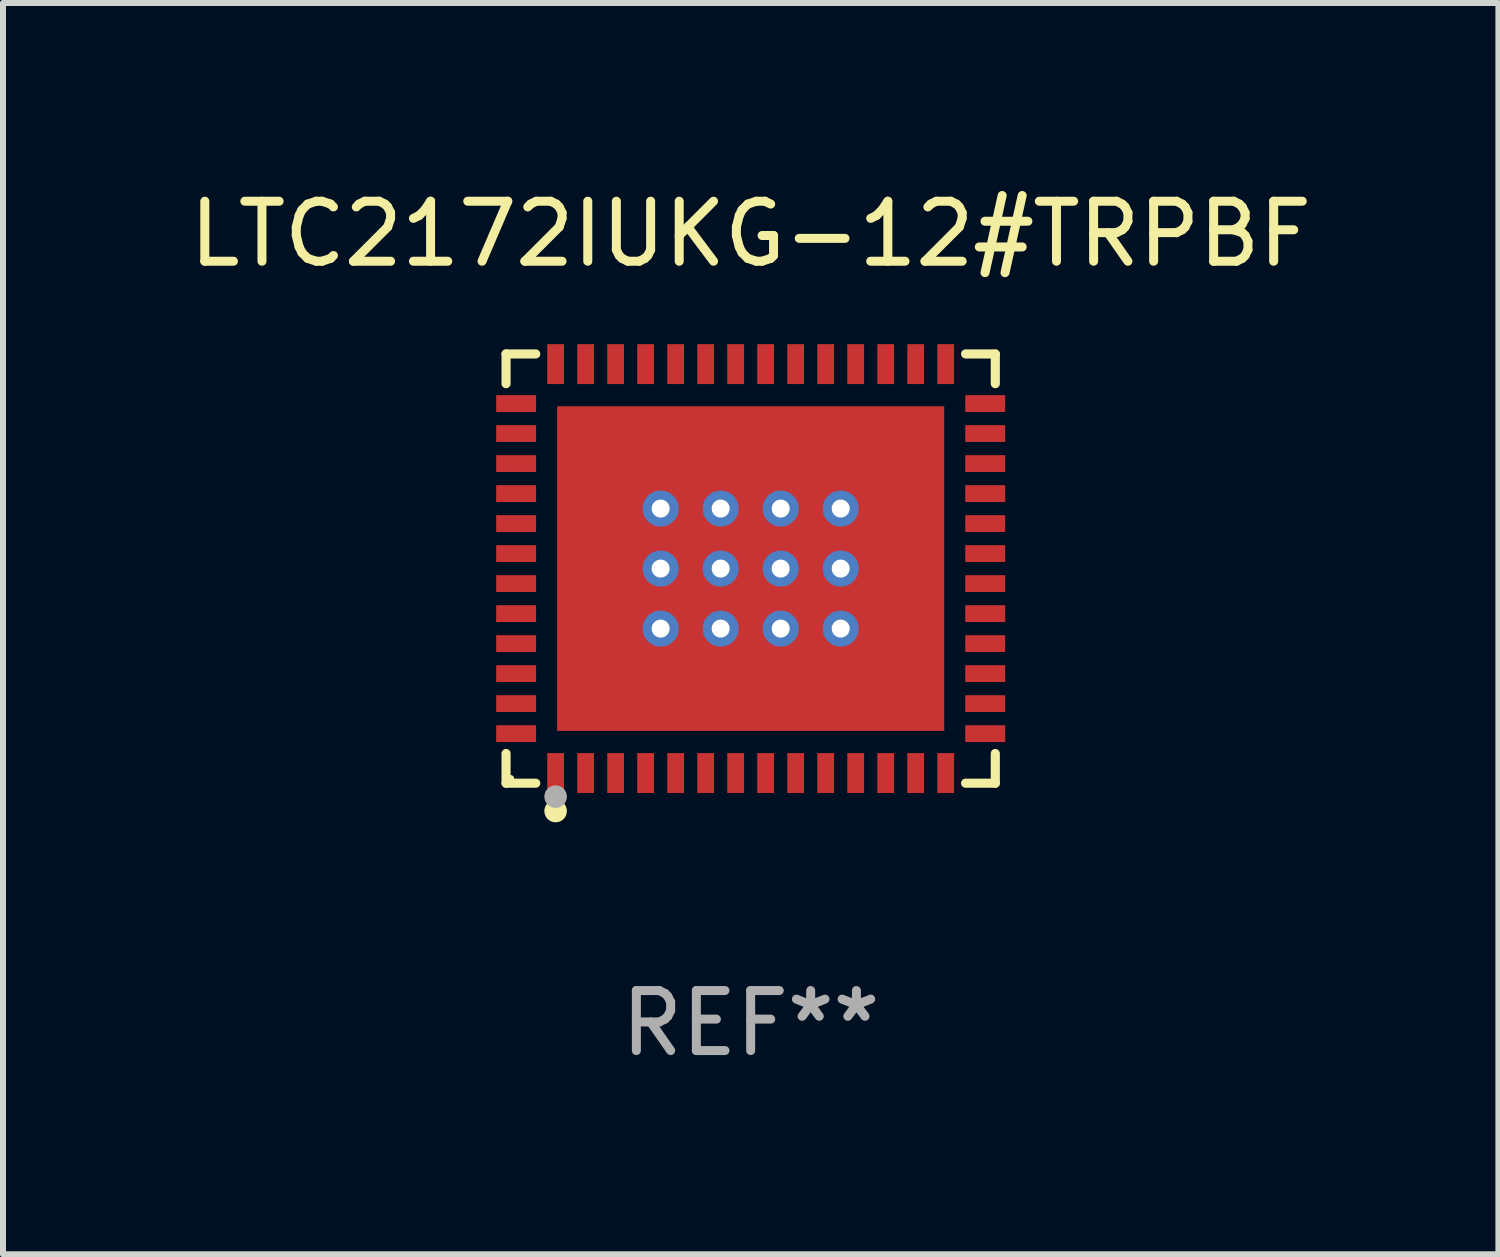
<source format=kicad_pcb>
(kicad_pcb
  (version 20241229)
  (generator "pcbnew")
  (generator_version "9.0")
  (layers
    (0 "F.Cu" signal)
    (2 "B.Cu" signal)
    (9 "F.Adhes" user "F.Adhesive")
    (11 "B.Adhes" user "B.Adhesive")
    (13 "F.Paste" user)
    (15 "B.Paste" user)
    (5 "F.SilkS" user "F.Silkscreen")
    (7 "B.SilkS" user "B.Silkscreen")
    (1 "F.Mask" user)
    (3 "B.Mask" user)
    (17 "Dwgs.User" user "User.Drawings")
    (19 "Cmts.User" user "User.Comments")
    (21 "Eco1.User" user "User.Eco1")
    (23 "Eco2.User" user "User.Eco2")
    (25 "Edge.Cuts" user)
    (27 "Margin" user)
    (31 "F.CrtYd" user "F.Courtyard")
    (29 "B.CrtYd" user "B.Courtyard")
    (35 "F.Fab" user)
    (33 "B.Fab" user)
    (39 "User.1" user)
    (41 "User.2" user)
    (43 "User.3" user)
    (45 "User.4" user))
  (footprint "LTC2172IUKG-12#TRPBF"
    (layer "F.Cu")
    (at 9.458 6.424)
    (property "Reference" "LTC2172IUKG-12#TRPBF" (at 0 -5.576 0) (layer "F.SilkS") (effects (font (size 1 1) (thickness 0.15))))
    (attr through_hole)
    (fp_line (start -4.076 -3.576) (end -3.581 -3.576) (stroke (width 0.152) (type solid)) (layer "F.SilkS"))
    (fp_line (start -4.076 -3.081) (end -4.076 -3.576) (stroke (width 0.152) (type solid)) (layer "F.SilkS"))
    (fp_line (start -4.076 3.081) (end -4.076 3.576) (stroke (width 0.152) (type solid)) (layer "F.SilkS"))
    (fp_line (start -4.076 3.576) (end -3.581 3.576) (stroke (width 0.152) (type solid)) (layer "F.SilkS"))
    (fp_line (start 4.076 -3.576) (end 3.581 -3.576) (stroke (width 0.152) (type solid)) (layer "F.SilkS"))
    (fp_line (start 4.076 -3.081) (end 4.076 -3.576) (stroke (width 0.152) (type solid)) (layer "F.SilkS"))
    (fp_line (start 4.076 3.081) (end 4.076 3.576) (stroke (width 0.152) (type solid)) (layer "F.SilkS"))
    (fp_line (start 4.076 3.576) (end 3.581 3.576) (stroke (width 0.152) (type solid)) (layer "F.SilkS"))
    (fp_circle (center -4 3.5) (end -3.97 3.5) (stroke (width 0.06) (type solid)) (fill no) (layer "F.SilkS"))
    (fp_circle (center -3.25 4.04) (end -3.156 4.04) (stroke (width 0.188) (type solid)) (fill no) (layer "F.SilkS"))
    (fp_circle (center -3.25 3.8) (end -3.156 3.8) (stroke (width 0.188) (type solid)) (fill no) (layer "F.Fab"))
    (fp_text user "REF**" (at 0 7.576 0) (layer "F.Fab") (effects (font (size 1 1) (thickness 0.15))))
    (pad "1" smd rect (at -3.25 3.407) (size 0.28 0.665) (layers "F.Cu" "F.Mask" "F.Paste"))
    (pad "2" smd rect (at -2.75 3.407) (size 0.28 0.665) (layers "F.Cu" "F.Mask" "F.Paste"))
    (pad "3" smd rect (at -2.25 3.407) (size 0.28 0.665) (layers "F.Cu" "F.Mask" "F.Paste"))
    (pad "4" smd rect (at -1.75 3.407) (size 0.28 0.665) (layers "F.Cu" "F.Mask" "F.Paste"))
    (pad "5" smd rect (at -1.25 3.407) (size 0.28 0.665) (layers "F.Cu" "F.Mask" "F.Paste"))
    (pad "6" smd rect (at -0.75 3.407) (size 0.28 0.665) (layers "F.Cu" "F.Mask" "F.Paste"))
    (pad "7" smd rect (at -0.25 3.407) (size 0.28 0.665) (layers "F.Cu" "F.Mask" "F.Paste"))
    (pad "8" smd rect (at 0.25 3.407) (size 0.28 0.665) (layers "F.Cu" "F.Mask" "F.Paste"))
    (pad "9" smd rect (at 0.75 3.407) (size 0.28 0.665) (layers "F.Cu" "F.Mask" "F.Paste"))
    (pad "10" smd rect (at 1.25 3.407) (size 0.28 0.665) (layers "F.Cu" "F.Mask" "F.Paste"))
    (pad "11" smd rect (at 1.75 3.407) (size 0.28 0.665) (layers "F.Cu" "F.Mask" "F.Paste"))
    (pad "12" smd rect (at 2.25 3.407) (size 0.28 0.665) (layers "F.Cu" "F.Mask" "F.Paste"))
    (pad "13" smd rect (at 2.75 3.407) (size 0.28 0.665) (layers "F.Cu" "F.Mask" "F.Paste"))
    (pad "14" smd rect (at 3.25 3.407) (size 0.28 0.665) (layers "F.Cu" "F.Mask" "F.Paste"))
    (pad "15" smd rect (at 3.908 2.75) (size 0.665 0.28) (layers "F.Cu" "F.Mask" "F.Paste"))
    (pad "16" smd rect (at 3.908 2.25) (size 0.665 0.28) (layers "F.Cu" "F.Mask" "F.Paste"))
    (pad "17" smd rect (at 3.908 1.75) (size 0.665 0.28) (layers "F.Cu" "F.Mask" "F.Paste"))
    (pad "18" smd rect (at 3.908 1.25) (size 0.665 0.28) (layers "F.Cu" "F.Mask" "F.Paste"))
    (pad "19" smd rect (at 3.908 0.75) (size 0.665 0.28) (layers "F.Cu" "F.Mask" "F.Paste"))
    (pad "20" smd rect (at 3.908 0.25) (size 0.665 0.28) (layers "F.Cu" "F.Mask" "F.Paste"))
    (pad "21" smd rect (at 3.908 -0.25) (size 0.665 0.28) (layers "F.Cu" "F.Mask" "F.Paste"))
    (pad "22" smd rect (at 3.908 -0.75) (size 0.665 0.28) (layers "F.Cu" "F.Mask" "F.Paste"))
    (pad "23" smd rect (at 3.908 -1.25) (size 0.665 0.28) (layers "F.Cu" "F.Mask" "F.Paste"))
    (pad "24" smd rect (at 3.908 -1.75) (size 0.665 0.28) (layers "F.Cu" "F.Mask" "F.Paste"))
    (pad "25" smd rect (at 3.908 -2.25) (size 0.665 0.28) (layers "F.Cu" "F.Mask" "F.Paste"))
    (pad "26" smd rect (at 3.908 -2.75) (size 0.665 0.28) (layers "F.Cu" "F.Mask" "F.Paste"))
    (pad "27" smd rect (at 3.25 -3.407) (size 0.28 0.665) (layers "F.Cu" "F.Mask" "F.Paste"))
    (pad "28" smd rect (at 2.75 -3.407) (size 0.28 0.665) (layers "F.Cu" "F.Mask" "F.Paste"))
    (pad "29" smd rect (at 2.25 -3.407) (size 0.28 0.665) (layers "F.Cu" "F.Mask" "F.Paste"))
    (pad "30" smd rect (at 1.75 -3.407) (size 0.28 0.665) (layers "F.Cu" "F.Mask" "F.Paste"))
    (pad "31" smd rect (at 1.25 -3.407) (size 0.28 0.665) (layers "F.Cu" "F.Mask" "F.Paste"))
    (pad "32" smd rect (at 0.75 -3.407) (size 0.28 0.665) (layers "F.Cu" "F.Mask" "F.Paste"))
    (pad "33" smd rect (at 0.25 -3.407) (size 0.28 0.665) (layers "F.Cu" "F.Mask" "F.Paste"))
    (pad "34" smd rect (at -0.25 -3.407) (size 0.28 0.665) (layers "F.Cu" "F.Mask" "F.Paste"))
    (pad "35" smd rect (at -0.75 -3.407) (size 0.28 0.665) (layers "F.Cu" "F.Mask" "F.Paste"))
    (pad "36" smd rect (at -1.25 -3.407) (size 0.28 0.665) (layers "F.Cu" "F.Mask" "F.Paste"))
    (pad "37" smd rect (at -1.75 -3.407) (size 0.28 0.665) (layers "F.Cu" "F.Mask" "F.Paste"))
    (pad "38" smd rect (at -2.25 -3.407) (size 0.28 0.665) (layers "F.Cu" "F.Mask" "F.Paste"))
    (pad "39" smd rect (at -2.75 -3.407) (size 0.28 0.665) (layers "F.Cu" "F.Mask" "F.Paste"))
    (pad "40" smd rect (at -3.25 -3.407) (size 0.28 0.665) (layers "F.Cu" "F.Mask" "F.Paste"))
    (pad "41" smd rect (at -3.908 -2.75) (size 0.665 0.28) (layers "F.Cu" "F.Mask" "F.Paste"))
    (pad "42" smd rect (at -3.908 -2.25) (size 0.665 0.28) (layers "F.Cu" "F.Mask" "F.Paste"))
    (pad "43" smd rect (at -3.908 -1.75) (size 0.665 0.28) (layers "F.Cu" "F.Mask" "F.Paste"))
    (pad "44" smd rect (at -3.908 -1.25) (size 0.665 0.28) (layers "F.Cu" "F.Mask" "F.Paste"))
    (pad "45" smd rect (at -3.908 -0.75) (size 0.665 0.28) (layers "F.Cu" "F.Mask" "F.Paste"))
    (pad "46" smd rect (at -3.908 -0.25) (size 0.665 0.28) (layers "F.Cu" "F.Mask" "F.Paste"))
    (pad "47" smd rect (at -3.908 0.25) (size 0.665 0.28) (layers "F.Cu" "F.Mask" "F.Paste"))
    (pad "48" smd rect (at -3.908 0.75) (size 0.665 0.28) (layers "F.Cu" "F.Mask" "F.Paste"))
    (pad "49" smd rect (at -3.908 1.25) (size 0.665 0.28) (layers "F.Cu" "F.Mask" "F.Paste"))
    (pad "50" smd rect (at -3.908 1.75) (size 0.665 0.28) (layers "F.Cu" "F.Mask" "F.Paste"))
    (pad "51" smd rect (at -3.908 2.25) (size 0.665 0.28) (layers "F.Cu" "F.Mask" "F.Paste"))
    (pad "52" smd rect (at -3.908 2.75) (size 0.665 0.28) (layers "F.Cu" "F.Mask" "F.Paste"))
    (pad "53" thru_hole circle (at -1.5 -1) (size 0.6 0.6) (drill 0.3) (layers "*.Cu" "*.Mask"))
    (pad "53" thru_hole circle (at -1.5 0) (size 0.6 0.6) (drill 0.3) (layers "*.Cu" "*.Mask"))
    (pad "53" thru_hole circle (at -1.5 1) (size 0.6 0.6) (drill 0.3) (layers "*.Cu" "*.Mask"))
    (pad "53" thru_hole circle (at -0.5 -1) (size 0.6 0.6) (drill 0.3) (layers "*.Cu" "*.Mask"))
    (pad "53" thru_hole circle (at -0.5 0) (size 0.6 0.6) (drill 0.3) (layers "*.Cu" "*.Mask"))
    (pad "53" thru_hole circle (at -0.5 1) (size 0.6 0.6) (drill 0.3) (layers "*.Cu" "*.Mask"))
    (pad "53" smd rect (at 0 0) (size 6.45 5.41) (layers "F.Cu" "F.Mask" "F.Paste"))
    (pad "53" thru_hole circle (at 0.5 -1) (size 0.6 0.6) (drill 0.3) (layers "*.Cu" "*.Mask"))
    (pad "53" thru_hole circle (at 0.5 0) (size 0.6 0.6) (drill 0.3) (layers "*.Cu" "*.Mask"))
    (pad "53" thru_hole circle (at 0.5 1) (size 0.6 0.6) (drill 0.3) (layers "*.Cu" "*.Mask"))
    (pad "53" thru_hole circle (at 1.5 -1) (size 0.6 0.6) (drill 0.3) (layers "*.Cu" "*.Mask"))
    (pad "53" thru_hole circle (at 1.5 0) (size 0.6 0.6) (drill 0.3) (layers "*.Cu" "*.Mask"))
    (pad "53" thru_hole circle (at 1.5 1) (size 0.6 0.6) (drill 0.3) (layers "*.Cu" "*.Mask")))
  (gr_rect
    (start -3 -3)
    (end 21.917 17.849)
    (stroke (width 0.1) (type default))
    (fill no)
    (layer "Edge.Cuts")))
</source>
